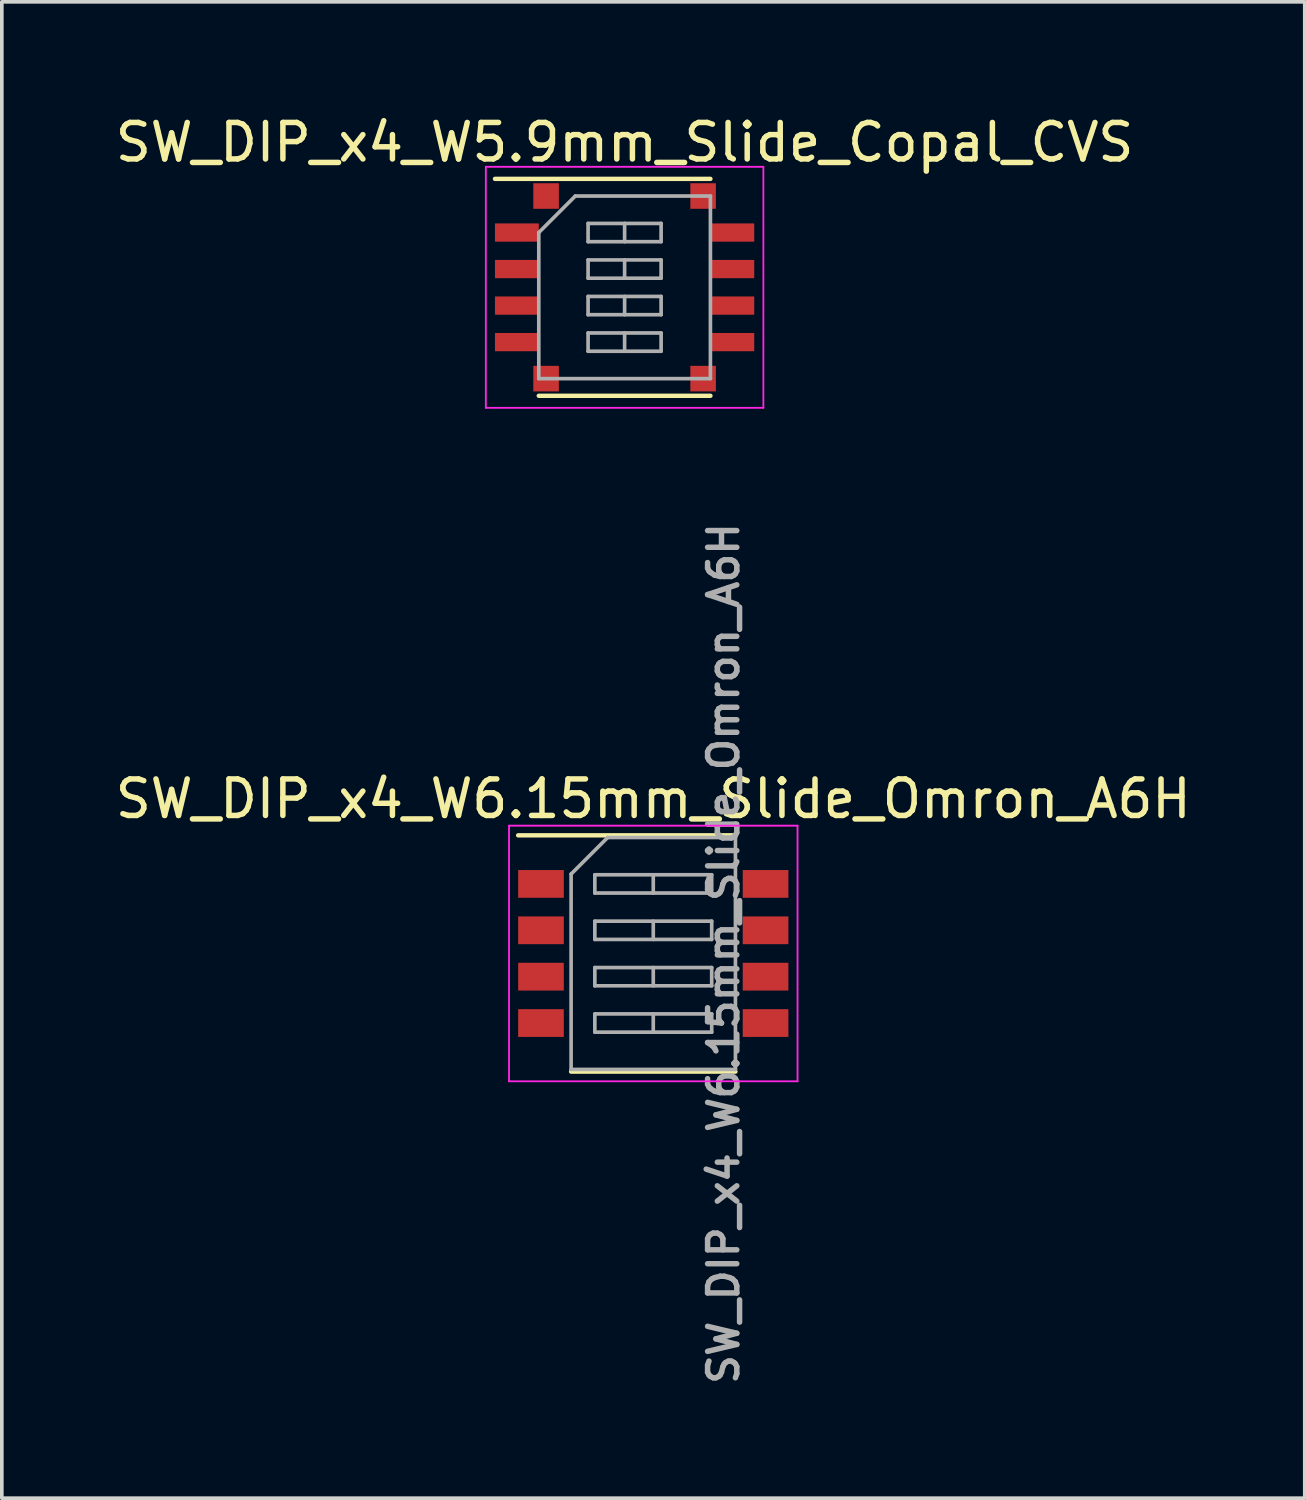
<source format=kicad_pcb>
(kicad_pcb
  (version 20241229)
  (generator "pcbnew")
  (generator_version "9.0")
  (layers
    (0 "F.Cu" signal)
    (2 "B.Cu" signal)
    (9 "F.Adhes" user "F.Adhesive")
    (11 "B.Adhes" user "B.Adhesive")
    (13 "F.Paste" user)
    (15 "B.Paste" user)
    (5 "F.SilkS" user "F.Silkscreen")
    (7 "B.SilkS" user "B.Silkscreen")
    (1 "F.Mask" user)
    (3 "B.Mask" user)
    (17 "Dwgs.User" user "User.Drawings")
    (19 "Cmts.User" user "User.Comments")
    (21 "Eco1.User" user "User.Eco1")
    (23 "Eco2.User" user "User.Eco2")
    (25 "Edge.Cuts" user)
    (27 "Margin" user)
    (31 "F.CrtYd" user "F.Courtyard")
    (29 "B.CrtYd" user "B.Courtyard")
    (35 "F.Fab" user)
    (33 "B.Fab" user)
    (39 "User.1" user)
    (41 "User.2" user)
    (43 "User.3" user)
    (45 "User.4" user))
  (footprint "SW_DIP_x4_W6.15mm_Slide_Omron_A6H"
    (layer "F.Cu")
    (at 14.839 23.06)
    (property "Reference" "SW_DIP_x4_W6.15mm_Slide_Omron_A6H" (at 0 -4.235 0) (layer "F.SilkS") (effects (font (size 1 1) (thickness 0.15))))
    (attr smd)
    (fp_line (start -3.7 -3.235) (end 2.25 -3.235) (stroke (width 0.12) (type solid)) (layer "F.SilkS"))
    (fp_line (start -2.25 3.235) (end 2.25 3.235) (stroke (width 0.12) (type solid)) (layer "F.SilkS"))
    (fp_line (start -3.95 -3.5) (end -3.95 3.5) (stroke (width 0.05) (type solid)) (layer "F.CrtYd"))
    (fp_line (start -3.95 3.5) (end 3.95 3.5) (stroke (width 0.05) (type solid)) (layer "F.CrtYd"))
    (fp_line (start 3.95 -3.5) (end -3.95 -3.5) (stroke (width 0.05) (type solid)) (layer "F.CrtYd"))
    (fp_line (start 3.95 3.5) (end 3.95 -3.5) (stroke (width 0.05) (type solid)) (layer "F.CrtYd"))
    (fp_line (start -2.25 -2.175) (end -1.25 -3.175) (stroke (width 0.1) (type solid)) (layer "F.Fab"))
    (fp_line (start -2.25 3.175) (end -2.25 -2.175) (stroke (width 0.1) (type solid)) (layer "F.Fab"))
    (fp_line (start -1.6 -2.155) (end -1.6 -1.655) (stroke (width 0.1) (type solid)) (layer "F.Fab"))
    (fp_line (start -1.6 -1.655) (end 1.6 -1.655) (stroke (width 0.1) (type solid)) (layer "F.Fab"))
    (fp_line (start -1.6 -0.885) (end -1.6 -0.385) (stroke (width 0.1) (type solid)) (layer "F.Fab"))
    (fp_line (start -1.6 -0.385) (end 1.6 -0.385) (stroke (width 0.1) (type solid)) (layer "F.Fab"))
    (fp_line (start -1.6 0.385) (end -1.6 0.885) (stroke (width 0.1) (type solid)) (layer "F.Fab"))
    (fp_line (start -1.6 0.885) (end 1.6 0.885) (stroke (width 0.1) (type solid)) (layer "F.Fab"))
    (fp_line (start -1.6 1.655) (end -1.6 2.155) (stroke (width 0.1) (type solid)) (layer "F.Fab"))
    (fp_line (start -1.6 2.155) (end 1.6 2.155) (stroke (width 0.1) (type solid)) (layer "F.Fab"))
    (fp_line (start -1.25 -3.175) (end 2.25 -3.175) (stroke (width 0.1) (type solid)) (layer "F.Fab"))
    (fp_line (start 0 -2.155) (end 0 -1.655) (stroke (width 0.1) (type solid)) (layer "F.Fab"))
    (fp_line (start 0 -0.885) (end 0 -0.385) (stroke (width 0.1) (type solid)) (layer "F.Fab"))
    (fp_line (start 0 0.385) (end 0 0.885) (stroke (width 0.1) (type solid)) (layer "F.Fab"))
    (fp_line (start 0 1.655) (end 0 2.155) (stroke (width 0.1) (type solid)) (layer "F.Fab"))
    (fp_line (start 1.6 -2.155) (end -1.6 -2.155) (stroke (width 0.1) (type solid)) (layer "F.Fab"))
    (fp_line (start 1.6 -1.655) (end 1.6 -2.155) (stroke (width 0.1) (type solid)) (layer "F.Fab"))
    (fp_line (start 1.6 -0.885) (end -1.6 -0.885) (stroke (width 0.1) (type solid)) (layer "F.Fab"))
    (fp_line (start 1.6 -0.385) (end 1.6 -0.885) (stroke (width 0.1) (type solid)) (layer "F.Fab"))
    (fp_line (start 1.6 0.385) (end -1.6 0.385) (stroke (width 0.1) (type solid)) (layer "F.Fab"))
    (fp_line (start 1.6 0.885) (end 1.6 0.385) (stroke (width 0.1) (type solid)) (layer "F.Fab"))
    (fp_line (start 1.6 1.655) (end -1.6 1.655) (stroke (width 0.1) (type solid)) (layer "F.Fab"))
    (fp_line (start 1.6 2.155) (end 1.6 1.655) (stroke (width 0.1) (type solid)) (layer "F.Fab"))
    (fp_line (start 2.25 -3.175) (end 2.25 3.175) (stroke (width 0.1) (type solid)) (layer "F.Fab"))
    (fp_line (start 2.25 3.175) (end -2.25 3.175) (stroke (width 0.1) (type solid)) (layer "F.Fab"))
    (fp_text user "${REFERENCE}" (at 1.925 0 90) (layer "F.Fab") (effects (font (size 0.8 0.8) (thickness 0.15))))
    (pad "1" smd rect (at -3.075 -1.905) (size 1.25 0.76) (layers "F.Cu" "F.Mask" "F.Paste"))
    (pad "2" smd rect (at -3.075 -0.635) (size 1.25 0.76) (layers "F.Cu" "F.Mask" "F.Paste"))
    (pad "3" smd rect (at -3.075 0.635) (size 1.25 0.76) (layers "F.Cu" "F.Mask" "F.Paste"))
    (pad "4" smd rect (at -3.075 1.905) (size 1.25 0.76) (layers "F.Cu" "F.Mask" "F.Paste"))
    (pad "5" smd rect (at 3.075 1.905) (size 1.25 0.76) (layers "F.Cu" "F.Mask" "F.Paste"))
    (pad "6" smd rect (at 3.075 0.635) (size 1.25 0.76) (layers "F.Cu" "F.Mask" "F.Paste"))
    (pad "7" smd rect (at 3.075 -0.635) (size 1.25 0.76) (layers "F.Cu" "F.Mask" "F.Paste"))
    (pad "8" smd rect (at 3.075 -1.905) (size 1.25 0.76) (layers "F.Cu" "F.Mask" "F.Paste")))
  (footprint "SW_DIP_x4_W5.9mm_Slide_Copal_CVS"
    (layer "F.Cu")
    (at 14.054 4.818)
    (property "Reference" "SW_DIP_x4_W5.9mm_Slide_Copal_CVS" (at 0 -3.97 0) (layer "F.SilkS") (effects (font (size 1 1) (thickness 0.15))))
    (attr smd)
    (fp_line (start -3.55 -2.97) (end 2.35 -2.97) (stroke (width 0.12) (type solid)) (layer "F.SilkS"))
    (fp_line (start -2.35 2.97) (end 2.35 2.97) (stroke (width 0.12) (type solid)) (layer "F.SilkS"))
    (fp_line (start -3.8 -3.3) (end -3.8 3.3) (stroke (width 0.05) (type solid)) (layer "F.CrtYd"))
    (fp_line (start -3.8 3.3) (end 3.8 3.3) (stroke (width 0.05) (type solid)) (layer "F.CrtYd"))
    (fp_line (start 3.8 -3.3) (end -3.8 -3.3) (stroke (width 0.05) (type solid)) (layer "F.CrtYd"))
    (fp_line (start 3.8 3.3) (end 3.8 -3.3) (stroke (width 0.05) (type solid)) (layer "F.CrtYd"))
    (fp_line (start -2.35 -1.5) (end -1.35 -2.5) (stroke (width 0.1) (type solid)) (layer "F.Fab"))
    (fp_line (start -2.35 2.5) (end -2.35 -1.5) (stroke (width 0.1) (type solid)) (layer "F.Fab"))
    (fp_line (start -1.35 -2.5) (end 2.35 -2.5) (stroke (width 0.1) (type solid)) (layer "F.Fab"))
    (fp_line (start -1 -1.75) (end -1 -1.25) (stroke (width 0.1) (type solid)) (layer "F.Fab"))
    (fp_line (start -1 -1.25) (end 1 -1.25) (stroke (width 0.1) (type solid)) (layer "F.Fab"))
    (fp_line (start -1 -0.75) (end -1 -0.25) (stroke (width 0.1) (type solid)) (layer "F.Fab"))
    (fp_line (start -1 -0.25) (end 1 -0.25) (stroke (width 0.1) (type solid)) (layer "F.Fab"))
    (fp_line (start -1 0.25) (end -1 0.75) (stroke (width 0.1) (type solid)) (layer "F.Fab"))
    (fp_line (start -1 0.75) (end 1 0.75) (stroke (width 0.1) (type solid)) (layer "F.Fab"))
    (fp_line (start -1 1.25) (end -1 1.75) (stroke (width 0.1) (type solid)) (layer "F.Fab"))
    (fp_line (start -1 1.75) (end 1 1.75) (stroke (width 0.1) (type solid)) (layer "F.Fab"))
    (fp_line (start 0 -1.75) (end 0 -1.25) (stroke (width 0.1) (type solid)) (layer "F.Fab"))
    (fp_line (start 0 -0.75) (end 0 -0.25) (stroke (width 0.1) (type solid)) (layer "F.Fab"))
    (fp_line (start 0 0.25) (end 0 0.75) (stroke (width 0.1) (type solid)) (layer "F.Fab"))
    (fp_line (start 0 1.25) (end 0 1.75) (stroke (width 0.1) (type solid)) (layer "F.Fab"))
    (fp_line (start 1 -1.75) (end -1 -1.75) (stroke (width 0.1) (type solid)) (layer "F.Fab"))
    (fp_line (start 1 -1.25) (end 1 -1.75) (stroke (width 0.1) (type solid)) (layer "F.Fab"))
    (fp_line (start 1 -0.75) (end -1 -0.75) (stroke (width 0.1) (type solid)) (layer "F.Fab"))
    (fp_line (start 1 -0.25) (end 1 -0.75) (stroke (width 0.1) (type solid)) (layer "F.Fab"))
    (fp_line (start 1 0.25) (end -1 0.25) (stroke (width 0.1) (type solid)) (layer "F.Fab"))
    (fp_line (start 1 0.75) (end 1 0.25) (stroke (width 0.1) (type solid)) (layer "F.Fab"))
    (fp_line (start 1 1.25) (end -1 1.25) (stroke (width 0.1) (type solid)) (layer "F.Fab"))
    (fp_line (start 1 1.75) (end 1 1.25) (stroke (width 0.1) (type solid)) (layer "F.Fab"))
    (fp_line (start 2.35 -2.5) (end 2.35 2.5) (stroke (width 0.1) (type solid)) (layer "F.Fab"))
    (fp_line (start 2.35 2.5) (end -2.35 2.5) (stroke (width 0.1) (type solid)) (layer "F.Fab"))
    (pad "1" smd rect (at -2.95 -1.5) (size 1.2 0.5) (layers "F.Cu" "F.Mask"))
    (pad "2" smd rect (at -2.95 -0.5) (size 1.2 0.5) (layers "F.Cu" "F.Mask"))
    (pad "3" smd rect (at -2.95 0.5) (size 1.2 0.5) (layers "F.Cu" "F.Mask"))
    (pad "4" smd rect (at -2.95 1.5) (size 1.2 0.5) (layers "F.Cu" "F.Mask"))
    (pad "5" smd rect (at 2.95 1.5) (size 1.2 0.5) (layers "F.Cu" "F.Mask"))
    (pad "6" smd rect (at 2.95 0.5) (size 1.2 0.5) (layers "F.Cu" "F.Mask"))
    (pad "7" smd rect (at 2.95 -0.5) (size 1.2 0.5) (layers "F.Cu" "F.Mask"))
    (pad "8" smd rect (at 2.95 -1.5) (size 1.2 0.5) (layers "F.Cu" "F.Mask"))
    (pad "9" smd rect (at -2.15 -2.5) (size 0.7 0.7) (layers "F.Cu" "F.Mask"))
    (pad "9" smd rect (at -2.15 2.5) (size 0.7 0.7) (layers "F.Cu" "F.Mask"))
    (pad "9" smd rect (at 2.15 -2.5) (size 0.7 0.7) (layers "F.Cu" "F.Mask"))
    (pad "9" smd rect (at 2.15 2.5) (size 0.7 0.7) (layers "F.Cu" "F.Mask")))
  (gr_rect
    (start -3 -3)
    (end 32.679 37.976)
    (stroke (width 0.1) (type default))
    (fill no)
    (layer "Edge.Cuts")))
</source>
